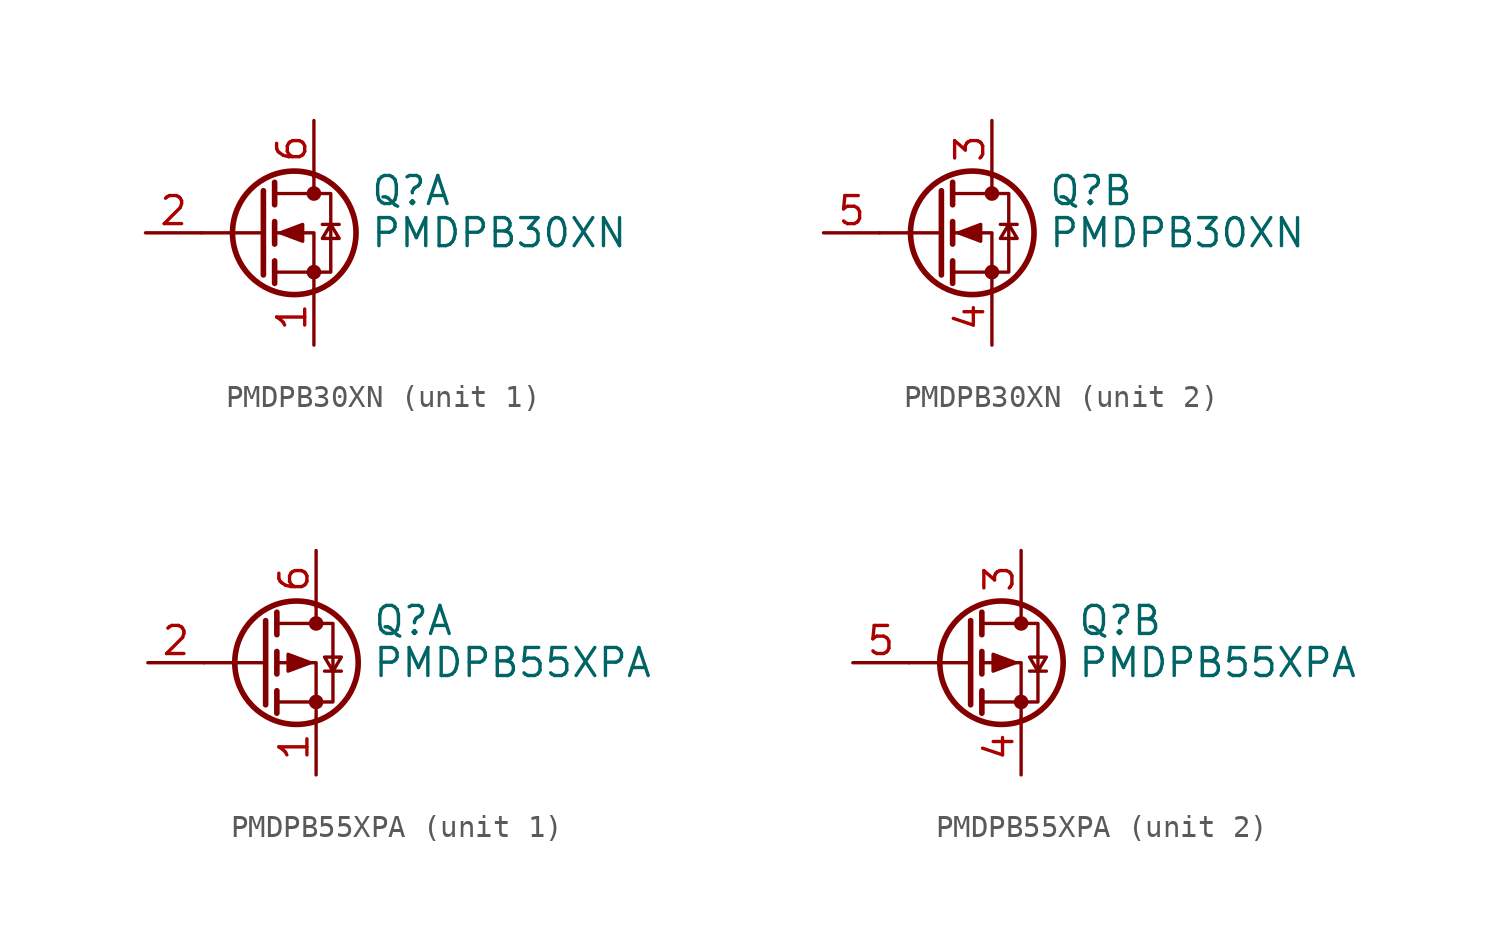
<source format=kicad_sym>
(kicad_symbol_lib
  (version 20241209)
  (generator "kicad_symbol_editor")
  (generator_version "9.0")
  (symbol "PMDPB30XN"
    (pin_names
      (offset 0)
      (hide yes))
    (property "Reference" "Q"
      (at 5.08 1.905 0)
      (effects (font (size 1.27 1.27)) (justify left)))
    (property "Value" "PMDPB30XN"
      (at 5.08 0 0)
      (effects (font (size 1.27 1.27)) (justify left)))
    (symbol "PMDPB30XN_0_1"
      (polyline (pts (xy 0.254 1.905) (xy 0.254 -1.905)) (stroke (width 0.254) (type default)) (fill (type none)))
      (polyline (pts (xy 0.254 0) (xy -2.54 0)) (stroke (width 0) (type default)) (fill (type none)))
      (polyline (pts (xy 0.762 2.286) (xy 0.762 1.27)) (stroke (width 0.254) (type default)) (fill (type none)))
      (polyline (pts (xy 0.762 0.508) (xy 0.762 -0.508)) (stroke (width 0.254) (type default)) (fill (type none)))
      (polyline (pts (xy 0.762 -1.27) (xy 0.762 -2.286)) (stroke (width 0.254) (type default)) (fill (type none)))
      (polyline (pts (xy 0.762 -1.778) (xy 3.302 -1.778) (xy 3.302 1.778) (xy 0.762 1.778)) (stroke (width 0) (type default)) (fill (type none)))
      (polyline (pts (xy 1.016 0) (xy 2.032 0.381) (xy 2.032 -0.381) (xy 1.016 0)) (stroke (width 0) (type default)) (fill (type outline)))
      (circle (center 1.651 0) (radius 2.794) (stroke (width 0.254) (type default)) (fill (type none)))
      (polyline (pts (xy 2.54 2.54) (xy 2.54 1.778)) (stroke (width 0) (type default)) (fill (type none)))
      (circle (center 2.54 1.778) (radius 0.254) (stroke (width 0) (type default)) (fill (type outline)))
      (circle (center 2.54 -1.778) (radius 0.254) (stroke (width 0) (type default)) (fill (type outline)))
      (polyline (pts (xy 2.54 -2.54) (xy 2.54 0) (xy 0.762 0)) (stroke (width 0) (type default)) (fill (type none)))
      (polyline (pts (xy 2.921 0.381) (xy 3.683 0.381)) (stroke (width 0) (type default)) (fill (type none)))
      (polyline (pts (xy 3.302 0.381) (xy 2.921 -0.254) (xy 3.683 -0.254) (xy 3.302 0.381)) (stroke (width 0) (type default)) (fill (type none))))
    (symbol "PMDPB30XN_1_0"
      (pin passive line (at 2.54 5.08 270) (length 2.54) (hide yes) (name "D" (effects (font (size 1.27 1.27)))) (number "7" (effects (font (size 1.27 1.27))))))
    (symbol "PMDPB30XN_1_1"
      (pin input line (at -5.08 0 0) (length 2.54) (name "G" (effects (font (size 1.27 1.27)))) (number "2" (effects (font (size 1.27 1.27)))))
      (pin passive line (at 2.54 5.08 270) (length 2.54) (name "D" (effects (font (size 1.27 1.27)))) (number "6" (effects (font (size 1.27 1.27)))))
      (pin passive line (at 2.54 -5.08 90) (length 2.54) (name "S" (effects (font (size 1.27 1.27)))) (number "1" (effects (font (size 1.27 1.27))))))
    (symbol "PMDPB30XN_2_0"
      (pin passive line (at 2.54 5.08 270) (length 2.54) (hide yes) (name "D" (effects (font (size 1.27 1.27)))) (number "8" (effects (font (size 1.27 1.27))))))
    (symbol "PMDPB30XN_2_1"
      (pin input line (at -5.08 0 0) (length 2.54) (name "G" (effects (font (size 1.27 1.27)))) (number "5" (effects (font (size 1.27 1.27)))))
      (pin passive line (at 2.54 5.08 270) (length 2.54) (name "D" (effects (font (size 1.27 1.27)))) (number "3" (effects (font (size 1.27 1.27)))))
      (pin passive line (at 2.54 -5.08 90) (length 2.54) (name "S" (effects (font (size 1.27 1.27)))) (number "4" (effects (font (size 1.27 1.27)))))))
  (symbol "PMDPB55XPA"
    (pin_names
      (offset 0)
      (hide yes))
    (property "Reference" "Q"
      (at 5.08 1.905 0)
      (effects (font (size 1.27 1.27)) (justify left)))
    (property "Value" "PMDPB55XPA"
      (at 5.08 0 0)
      (effects (font (size 1.27 1.27)) (justify left)))
    (symbol "PMDPB55XPA_0_1"
      (polyline (pts (xy 0.254 1.905) (xy 0.254 -1.905)) (stroke (width 0.254) (type default)) (fill (type none)))
      (polyline (pts (xy 0.254 0) (xy -2.54 0)) (stroke (width 0) (type default)) (fill (type none)))
      (polyline (pts (xy 0.762 2.286) (xy 0.762 1.27)) (stroke (width 0.254) (type default)) (fill (type none)))
      (polyline (pts (xy 0.762 1.778) (xy 3.302 1.778) (xy 3.302 -1.778) (xy 0.762 -1.778)) (stroke (width 0) (type default)) (fill (type none)))
      (polyline (pts (xy 0.762 0.508) (xy 0.762 -0.508)) (stroke (width 0.254) (type default)) (fill (type none)))
      (polyline (pts (xy 0.762 -1.27) (xy 0.762 -2.286)) (stroke (width 0.254) (type default)) (fill (type none)))
      (circle (center 1.651 0) (radius 2.794) (stroke (width 0.254) (type default)) (fill (type none)))
      (polyline (pts (xy 2.286 0) (xy 1.27 0.381) (xy 1.27 -0.381) (xy 2.286 0)) (stroke (width 0) (type default)) (fill (type outline)))
      (polyline (pts (xy 2.54 2.54) (xy 2.54 1.778)) (stroke (width 0) (type default)) (fill (type none)))
      (circle (center 2.54 1.778) (radius 0.254) (stroke (width 0) (type default)) (fill (type outline)))
      (circle (center 2.54 -1.778) (radius 0.254) (stroke (width 0) (type default)) (fill (type outline)))
      (polyline (pts (xy 2.54 -2.54) (xy 2.54 0) (xy 0.762 0)) (stroke (width 0) (type default)) (fill (type none)))
      (polyline (pts (xy 2.921 -0.381) (xy 3.683 -0.381)) (stroke (width 0) (type default)) (fill (type none)))
      (polyline (pts (xy 3.302 -0.381) (xy 2.921 0.254) (xy 3.683 0.254) (xy 3.302 -0.381)) (stroke (width 0) (type default)) (fill (type none))))
    (symbol "PMDPB55XPA_1_0"
      (pin passive line (at 2.54 5.08 270) (length 2.54) (hide yes) (name "D" (effects (font (size 1.27 1.27)))) (number "7" (effects (font (size 1.27 1.27))))))
    (symbol "PMDPB55XPA_1_1"
      (pin input line (at -5.08 0 0) (length 2.54) (name "G" (effects (font (size 1.27 1.27)))) (number "2" (effects (font (size 1.27 1.27)))))
      (pin passive line (at 2.54 5.08 270) (length 2.54) (name "D" (effects (font (size 1.27 1.27)))) (number "6" (effects (font (size 1.27 1.27)))))
      (pin passive line (at 2.54 -5.08 90) (length 2.54) (name "S" (effects (font (size 1.27 1.27)))) (number "1" (effects (font (size 1.27 1.27))))))
    (symbol "PMDPB55XPA_2_0"
      (pin passive line (at 2.54 5.08 270) (length 2.54) (hide yes) (name "D" (effects (font (size 1.27 1.27)))) (number "8" (effects (font (size 1.27 1.27))))))
    (symbol "PMDPB55XPA_2_1"
      (pin input line (at -5.08 0 0) (length 2.54) (name "G" (effects (font (size 1.27 1.27)))) (number "5" (effects (font (size 1.27 1.27)))))
      (pin passive line (at 2.54 5.08 270) (length 2.54) (name "D" (effects (font (size 1.27 1.27)))) (number "3" (effects (font (size 1.27 1.27)))))
      (pin passive line (at 2.54 -5.08 90) (length 2.54) (name "S" (effects (font (size 1.27 1.27)))) (number "4" (effects (font (size 1.27 1.27))))))))
</source>
